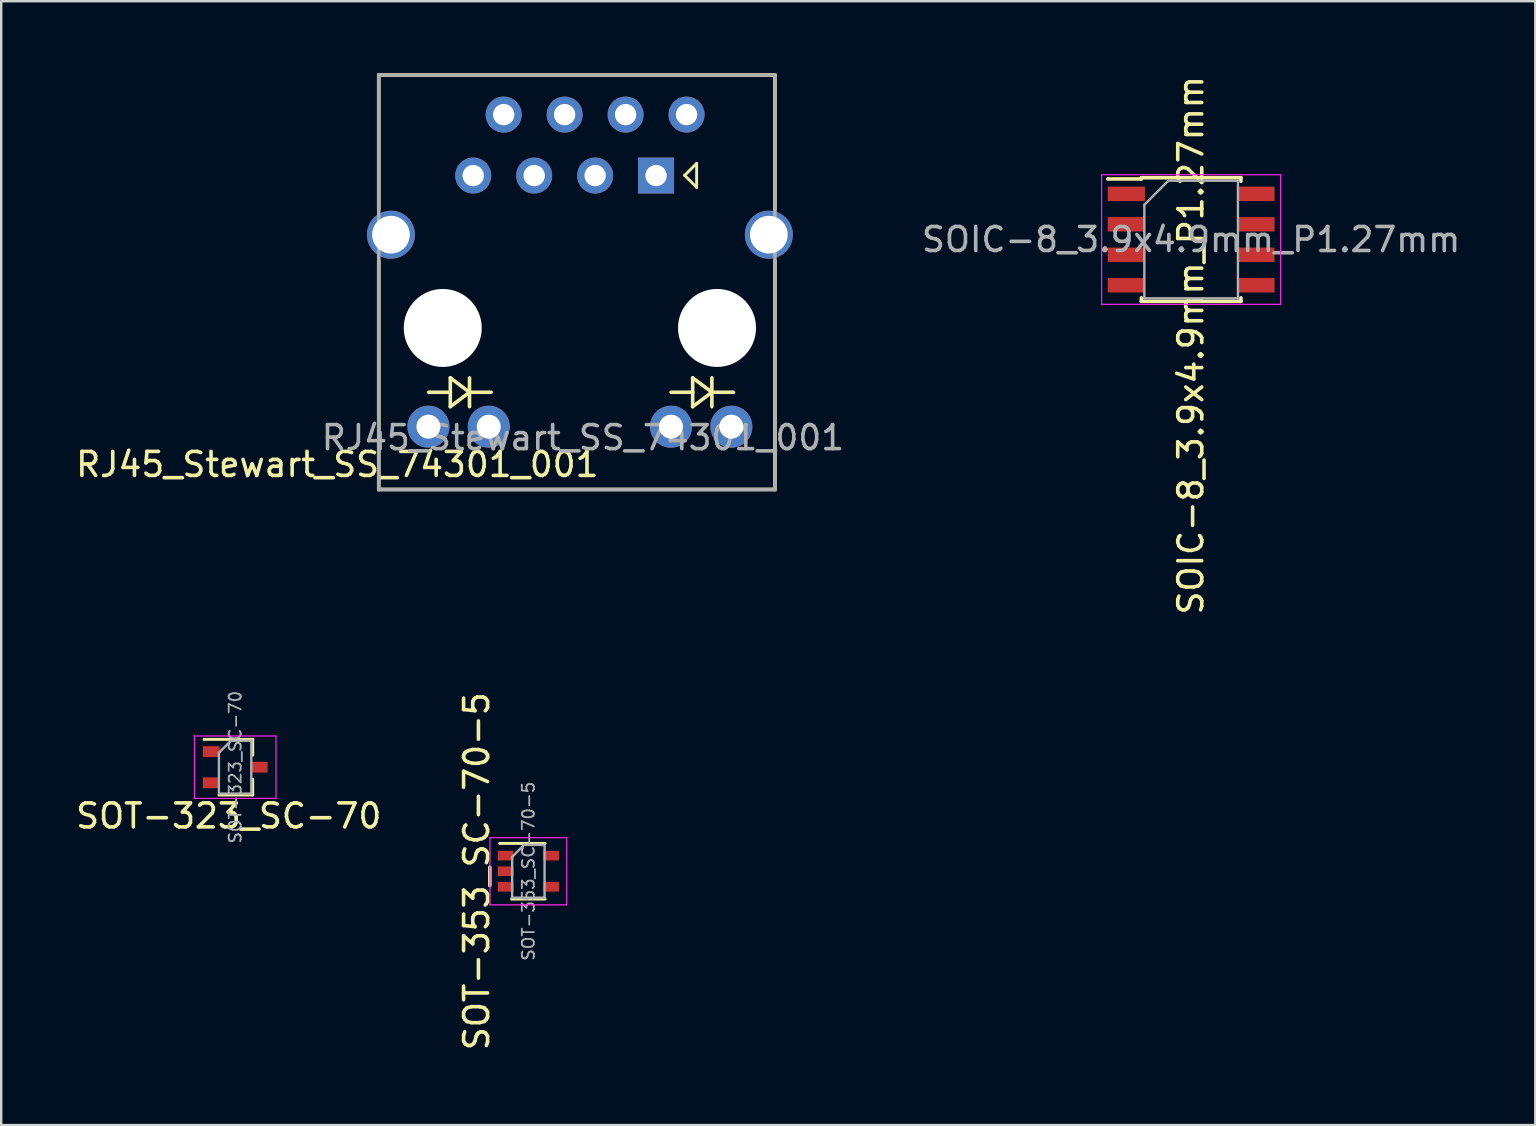
<source format=kicad_pcb>
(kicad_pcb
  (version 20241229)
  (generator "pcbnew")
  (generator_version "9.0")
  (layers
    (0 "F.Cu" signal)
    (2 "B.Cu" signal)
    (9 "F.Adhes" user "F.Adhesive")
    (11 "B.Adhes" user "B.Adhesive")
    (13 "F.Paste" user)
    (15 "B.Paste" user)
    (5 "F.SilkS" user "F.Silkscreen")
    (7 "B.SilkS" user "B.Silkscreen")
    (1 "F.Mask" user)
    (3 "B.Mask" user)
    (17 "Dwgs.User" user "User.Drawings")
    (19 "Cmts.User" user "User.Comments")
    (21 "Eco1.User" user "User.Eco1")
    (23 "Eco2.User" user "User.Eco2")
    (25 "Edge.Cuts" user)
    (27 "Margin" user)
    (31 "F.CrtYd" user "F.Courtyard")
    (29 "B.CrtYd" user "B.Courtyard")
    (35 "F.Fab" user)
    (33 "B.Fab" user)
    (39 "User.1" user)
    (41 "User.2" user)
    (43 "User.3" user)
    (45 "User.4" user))
  (footprint "RJ45_Stewart_SS_74301_001"
    (layer "F.Cu")
    (at 21.115 2.996)
    (property "Reference" "RJ45_Stewart_SS_74301_001" (at -10.109 13.31 0) (layer "F.SilkS") (effects (font (size 1 1) (thickness 0.15))))
    (attr through_hole)
    (fp_line (start -8.382 -2.921) (end -8.382 2.667) (stroke (width 0.15) (type solid)) (layer "F.SilkS"))
    (fp_line (start -8.382 -2.921) (end 8.128 -2.921) (stroke (width 0.15) (type solid)) (layer "F.SilkS"))
    (fp_line (start -8.382 14.351) (end -8.382 4.826) (stroke (width 0.15) (type solid)) (layer "F.SilkS"))
    (fp_line (start -6.3 10.3) (end -5.4 10.3) (stroke (width 0.15) (type solid)) (layer "F.SilkS"))
    (fp_line (start -5.4 9.7) (end -5.4 10.3) (stroke (width 0.15) (type solid)) (layer "F.SilkS"))
    (fp_line (start -5.4 9.7) (end -4.6 10.3) (stroke (width 0.15) (type solid)) (layer "F.SilkS"))
    (fp_line (start -5.4 10.9) (end -5.4 10.3) (stroke (width 0.15) (type solid)) (layer "F.SilkS"))
    (fp_line (start -5.4 10.9) (end -4.6 10.3) (stroke (width 0.15) (type solid)) (layer "F.SilkS"))
    (fp_line (start -4.6 10.3) (end -4.6 9.7) (stroke (width 0.15) (type solid)) (layer "F.SilkS"))
    (fp_line (start -4.6 10.3) (end -4.6 10.9) (stroke (width 0.15) (type solid)) (layer "F.SilkS"))
    (fp_line (start -3.7 10.3) (end -4.6 10.3) (stroke (width 0.15) (type solid)) (layer "F.SilkS"))
    (fp_line (start 3.8 10.3) (end 4.7 10.3) (stroke (width 0.15) (type solid)) (layer "F.SilkS"))
    (fp_line (start 4.365 1.262) (end 4.865 0.762) (stroke (width 0.12) (type solid)) (layer "F.SilkS"))
    (fp_line (start 4.7 9.7) (end 4.7 10.3) (stroke (width 0.15) (type solid)) (layer "F.SilkS"))
    (fp_line (start 4.7 9.7) (end 5.5 10.3) (stroke (width 0.15) (type solid)) (layer "F.SilkS"))
    (fp_line (start 4.7 10.9) (end 4.7 10.3) (stroke (width 0.15) (type solid)) (layer "F.SilkS"))
    (fp_line (start 4.7 10.9) (end 5.5 10.3) (stroke (width 0.15) (type solid)) (layer "F.SilkS"))
    (fp_line (start 4.865 0.762) (end 4.865 1.762) (stroke (width 0.12) (type solid)) (layer "F.SilkS"))
    (fp_line (start 4.865 1.762) (end 4.365 1.262) (stroke (width 0.12) (type solid)) (layer "F.SilkS"))
    (fp_line (start 5.5 10.3) (end 5.5 9.7) (stroke (width 0.15) (type solid)) (layer "F.SilkS"))
    (fp_line (start 5.5 10.3) (end 5.5 10.9) (stroke (width 0.15) (type solid)) (layer "F.SilkS"))
    (fp_line (start 6.4 10.3) (end 5.5 10.3) (stroke (width 0.15) (type solid)) (layer "F.SilkS"))
    (fp_line (start 8.128 -2.921) (end 8.128 2.667) (stroke (width 0.15) (type solid)) (layer "F.SilkS"))
    (fp_line (start 8.128 14.351) (end -8.382 14.351) (stroke (width 0.15) (type solid)) (layer "F.SilkS"))
    (fp_line (start 8.128 14.351) (end 8.128 4.826) (stroke (width 0.15) (type solid)) (layer "F.SilkS"))
    (fp_line (start -8.382 -2.921) (end 8.128 -2.921) (stroke (width 0.15) (type solid)) (layer "F.Fab"))
    (fp_line (start -8.382 14.351) (end -8.382 -2.921) (stroke (width 0.15) (type solid)) (layer "F.Fab"))
    (fp_line (start 8.128 14.351) (end -8.382 14.351) (stroke (width 0.15) (type solid)) (layer "F.Fab"))
    (fp_line (start 8.128 14.351) (end 8.128 -2.921) (stroke (width 0.15) (type solid)) (layer "F.Fab"))
    (fp_text user "${REFERENCE}" (at 0.127 12.192 0) (layer "F.Fab") (effects (font (size 1 1) (thickness 0.15))))
    (pad "" np_thru_hole circle (at -5.715 7.62 180) (size 3.25 3.25) (drill 3.25) (layers "*.Cu" "*.Mask"))
    (pad "" np_thru_hole circle (at 5.715 7.62 180) (size 3.25 3.25) (drill 3.25) (layers "*.Cu" "*.Mask"))
    (pad "1" thru_hole rect (at 3.175 1.27 180) (size 1.5 1.5) (drill 0.89) (layers "*.Cu" "*.Mask"))
    (pad "2" thru_hole circle (at 4.445 -1.27 180) (size 1.5 1.5) (drill 0.89) (layers "*.Cu" "*.Mask"))
    (pad "3" thru_hole circle (at 0.635 1.27 180) (size 1.5 1.5) (drill 0.89) (layers "*.Cu" "*.Mask"))
    (pad "4" thru_hole circle (at 1.905 -1.27 180) (size 1.5 1.5) (drill 0.89) (layers "*.Cu" "*.Mask"))
    (pad "5" thru_hole circle (at -1.905 1.27 180) (size 1.5 1.5) (drill 0.89) (layers "*.Cu" "*.Mask"))
    (pad "6" thru_hole circle (at -0.635 -1.27 180) (size 1.5 1.5) (drill 0.89) (layers "*.Cu" "*.Mask"))
    (pad "7" thru_hole circle (at -4.445 1.27 180) (size 1.5 1.5) (drill 0.89) (layers "*.Cu" "*.Mask"))
    (pad "8" thru_hole circle (at -3.175 -1.27 180) (size 1.5 1.5) (drill 0.89) (layers "*.Cu" "*.Mask"))
    (pad "9" thru_hole circle (at 6.312 11.735 180) (size 1.75 1.75) (drill 1) (layers "*.Cu" "*.Mask"))
    (pad "10" thru_hole circle (at 3.797 11.735 180) (size 1.75 1.75) (drill 1) (layers "*.Cu" "*.Mask"))
    (pad "11" thru_hole circle (at -3.797 11.735) (size 1.75 1.75) (drill 1) (layers "*.Cu" "*.Mask"))
    (pad "12" thru_hole circle (at -6.312 11.735) (size 1.75 1.75) (drill 1) (layers "*.Cu" "*.Mask"))
    (pad "SH" thru_hole circle (at -7.874 3.734 180) (size 2 2) (drill 1.57) (layers "*.Cu" "*.Mask"))
    (pad "SH" thru_hole circle (at 7.874 3.734 180) (size 2 2) (drill 1.57) (layers "*.Cu" "*.Mask")))
  (footprint "SOT-353_SC-70-5"
    (layer "F.Cu")
    (at 18.968 33.256)
    (property "Reference" "SOT-353_SC-70-5" (at -2.155 0 270) (layer "F.SilkS") (effects (font (size 1 1) (thickness 0.15))))
    (attr smd)
    (fp_line (start -0.7 1.16) (end 0.7 1.16) (stroke (width 0.12) (type solid)) (layer "F.SilkS"))
    (fp_line (start 0.7 -1.16) (end -1.2 -1.16) (stroke (width 0.12) (type solid)) (layer "F.SilkS"))
    (fp_line (start -1.6 -1.4) (end -1.6 1.4) (stroke (width 0.05) (type solid)) (layer "F.CrtYd"))
    (fp_line (start -1.6 -1.4) (end 1.6 -1.4) (stroke (width 0.05) (type solid)) (layer "F.CrtYd"))
    (fp_line (start -1.6 1.4) (end 1.6 1.4) (stroke (width 0.05) (type solid)) (layer "F.CrtYd"))
    (fp_line (start 1.6 1.4) (end 1.6 -1.4) (stroke (width 0.05) (type solid)) (layer "F.CrtYd"))
    (fp_line (start -0.675 -0.6) (end -0.675 1.1) (stroke (width 0.1) (type solid)) (layer "F.Fab"))
    (fp_line (start -0.175 -1.1) (end -0.675 -0.6) (stroke (width 0.1) (type solid)) (layer "F.Fab"))
    (fp_line (start 0.675 -1.1) (end -0.175 -1.1) (stroke (width 0.1) (type solid)) (layer "F.Fab"))
    (fp_line (start 0.675 -1.1) (end 0.675 1.1) (stroke (width 0.1) (type solid)) (layer "F.Fab"))
    (fp_line (start 0.675 1.1) (end -0.675 1.1) (stroke (width 0.1) (type solid)) (layer "F.Fab"))
    (fp_text user "${REFERENCE}" (at 0 0 90) (layer "F.Fab") (effects (font (size 0.5 0.5) (thickness 0.075))))
    (pad "1" smd rect (at -0.95 -0.65) (size 0.65 0.4) (layers "F.Cu" "F.Mask" "F.Paste"))
    (pad "2" smd rect (at -0.95 0) (size 0.65 0.4) (layers "F.Cu" "F.Mask" "F.Paste"))
    (pad "3" smd rect (at -0.95 0.65) (size 0.65 0.4) (layers "F.Cu" "F.Mask" "F.Paste"))
    (pad "4" smd rect (at 0.95 0.65) (size 0.65 0.4) (layers "F.Cu" "F.Mask" "F.Paste"))
    (pad "5" smd rect (at 0.95 -0.65) (size 0.65 0.4) (layers "F.Cu" "F.Mask" "F.Paste")))
  (footprint "SOT-323_SC-70"
    (layer "F.Cu")
    (at 6.752 28.92)
    (property "Reference" "SOT-323_SC-70" (at -0.27 2.032 0) (layer "F.SilkS") (effects (font (size 1 1) (thickness 0.15))))
    (attr smd)
    (fp_line (start -0.68 1.16) (end 0.73 1.16) (stroke (width 0.12) (type solid)) (layer "F.SilkS"))
    (fp_line (start 0.73 -1.16) (end -1.3 -1.16) (stroke (width 0.12) (type solid)) (layer "F.SilkS"))
    (fp_line (start 0.73 -1.16) (end 0.73 -0.5) (stroke (width 0.12) (type solid)) (layer "F.SilkS"))
    (fp_line (start 0.73 0.5) (end 0.73 1.16) (stroke (width 0.12) (type solid)) (layer "F.SilkS"))
    (fp_line (start -1.7 -1.3) (end 1.7 -1.3) (stroke (width 0.05) (type solid)) (layer "F.CrtYd"))
    (fp_line (start -1.7 1.3) (end -1.7 -1.3) (stroke (width 0.05) (type solid)) (layer "F.CrtYd"))
    (fp_line (start 1.7 -1.3) (end 1.7 1.3) (stroke (width 0.05) (type solid)) (layer "F.CrtYd"))
    (fp_line (start 1.7 1.3) (end -1.7 1.3) (stroke (width 0.05) (type solid)) (layer "F.CrtYd"))
    (fp_line (start -0.68 -0.6) (end -0.68 1.1) (stroke (width 0.1) (type solid)) (layer "F.Fab"))
    (fp_line (start -0.18 -1.1) (end -0.68 -0.6) (stroke (width 0.1) (type solid)) (layer "F.Fab"))
    (fp_line (start 0.67 -1.1) (end -0.18 -1.1) (stroke (width 0.1) (type solid)) (layer "F.Fab"))
    (fp_line (start 0.67 -1.1) (end 0.67 1.1) (stroke (width 0.1) (type solid)) (layer "F.Fab"))
    (fp_line (start 0.67 1.1) (end -0.68 1.1) (stroke (width 0.1) (type solid)) (layer "F.Fab"))
    (fp_text user "${REFERENCE}" (at 0 0 90) (layer "F.Fab") (effects (font (size 0.5 0.5) (thickness 0.075))))
    (pad "1" smd rect (at -1 -0.65 270) (size 0.45 0.7) (layers "F.Cu" "F.Mask" "F.Paste"))
    (pad "2" smd rect (at -1 0.65 270) (size 0.45 0.7) (layers "F.Cu" "F.Mask" "F.Paste"))
    (pad "3" smd rect (at 1 0 270) (size 0.45 0.7) (layers "F.Cu" "F.Mask" "F.Paste")))
  (footprint "SOIC-8_3.9x4.9mm_P1.27mm"
    (layer "F.Cu")
    (at 46.587 6.932)
    (property "Reference" "SOIC-8_3.9x4.9mm_P1.27mm" (at -0.013 4.407 270) (layer "F.SilkS") (effects (font (size 1 1) (thickness 0.15))))
    (attr smd)
    (fp_line (start -2.075 -2.575) (end -2.075 -2.525) (stroke (width 0.15) (type solid)) (layer "F.SilkS"))
    (fp_line (start -2.075 -2.575) (end 2.075 -2.575) (stroke (width 0.15) (type solid)) (layer "F.SilkS"))
    (fp_line (start -2.075 -2.525) (end -3.475 -2.525) (stroke (width 0.15) (type solid)) (layer "F.SilkS"))
    (fp_line (start -2.075 2.575) (end -2.075 2.43) (stroke (width 0.15) (type solid)) (layer "F.SilkS"))
    (fp_line (start -2.075 2.575) (end 2.075 2.575) (stroke (width 0.15) (type solid)) (layer "F.SilkS"))
    (fp_line (start 2.075 -2.575) (end 2.075 -2.43) (stroke (width 0.15) (type solid)) (layer "F.SilkS"))
    (fp_line (start 2.075 2.575) (end 2.075 2.43) (stroke (width 0.15) (type solid)) (layer "F.SilkS"))
    (fp_line (start -3.73 -2.7) (end -3.73 2.7) (stroke (width 0.05) (type solid)) (layer "F.CrtYd"))
    (fp_line (start -3.73 -2.7) (end 3.73 -2.7) (stroke (width 0.05) (type solid)) (layer "F.CrtYd"))
    (fp_line (start -3.73 2.7) (end 3.73 2.7) (stroke (width 0.05) (type solid)) (layer "F.CrtYd"))
    (fp_line (start 3.73 -2.7) (end 3.73 2.7) (stroke (width 0.05) (type solid)) (layer "F.CrtYd"))
    (fp_line (start -1.95 -1.45) (end -0.95 -2.45) (stroke (width 0.1) (type solid)) (layer "F.Fab"))
    (fp_line (start -1.95 2.45) (end -1.95 -1.45) (stroke (width 0.1) (type solid)) (layer "F.Fab"))
    (fp_line (start -0.95 -2.45) (end 1.95 -2.45) (stroke (width 0.1) (type solid)) (layer "F.Fab"))
    (fp_line (start 1.95 -2.45) (end 1.95 2.45) (stroke (width 0.1) (type solid)) (layer "F.Fab"))
    (fp_line (start 1.95 2.45) (end -1.95 2.45) (stroke (width 0.1) (type solid)) (layer "F.Fab"))
    (fp_text user "${REFERENCE}" (at 0 0 0) (layer "F.Fab") (effects (font (size 1 1) (thickness 0.15))))
    (pad "1" smd rect (at -2.7 -1.905) (size 1.55 0.6) (layers "F.Cu" "F.Mask" "F.Paste"))
    (pad "2" smd rect (at -2.7 -0.635) (size 1.55 0.6) (layers "F.Cu" "F.Mask" "F.Paste"))
    (pad "3" smd rect (at -2.7 0.635) (size 1.55 0.6) (layers "F.Cu" "F.Mask" "F.Paste"))
    (pad "4" smd rect (at -2.7 1.905) (size 1.55 0.6) (layers "F.Cu" "F.Mask" "F.Paste"))
    (pad "5" smd rect (at 2.7 1.905) (size 1.55 0.6) (layers "F.Cu" "F.Mask" "F.Paste"))
    (pad "6" smd rect (at 2.7 0.635) (size 1.55 0.6) (layers "F.Cu" "F.Mask" "F.Paste"))
    (pad "7" smd rect (at 2.7 -0.635) (size 1.55 0.6) (layers "F.Cu" "F.Mask" "F.Paste"))
    (pad "8" smd rect (at 2.7 -1.905) (size 1.55 0.6) (layers "F.Cu" "F.Mask" "F.Paste")))
  (gr_rect
    (start -3 -3)
    (end 60.927 43.833)
    (stroke (width 0.1) (type default))
    (fill no)
    (layer "Edge.Cuts")))
</source>
